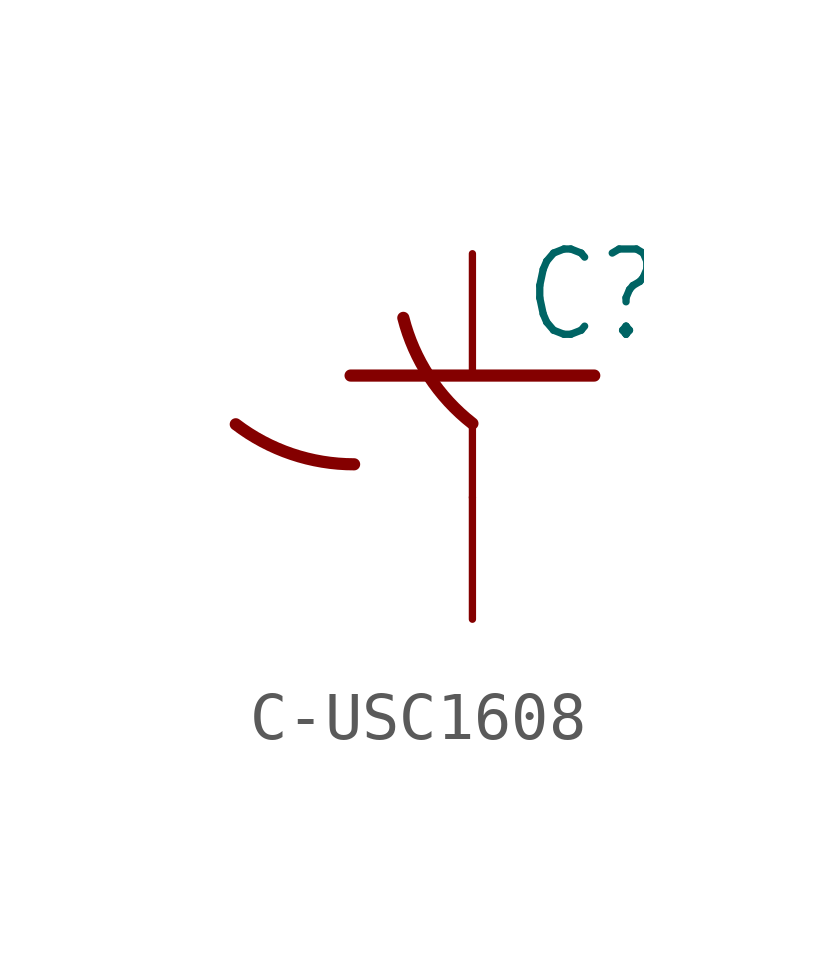
<source format=kicad_sym>
(kicad_symbol_lib
  (version 20241209)
  (generator "kicad_symbol_editor")
  (generator_version "9.0")
  (symbol "C-USC1608"
    (property "Reference" "C"
      (at 1.016 0.635 0)
      (effects (font (size 1.778 1.511)) (justify left bottom)))
    (property "Value" ""
      (at 1.016 -4.191 0)
      (effects (font (size 1.778 1.511)) (justify left bottom)))
    (property "ki_locked" ""
      (at 0 0 0)
      (effects (font (size 1.27 1.27))))
    (symbol "C-USC1608_1_0"
      (polyline (pts (xy -2.54 0) (xy 2.54 0)) (stroke (width 0.254) (type solid)) (fill (type none)))
      (arc (start -2.4668 -1.8504) (mid -3.7688 -1.6361) (end -4.9335 -1.016) (stroke (width 0.254) (type solid)) (fill (type none)))
      (polyline (pts (xy 0 -1.016) (xy 0 -2.54)) (stroke (width 0.152) (type solid)) (fill (type none)))
      (arc (start 0 -1) (mid -0.9038 -0.0189) (end -1.4403 1.2025) (stroke (width 0.254) (type solid)) (fill (type none)))
      (pin passive line (at 0 2.54 270) (length 2.54) (name "1" (effects (font (size 0 0)))) (number "1" (effects (font (size 0 0)))))
      (pin passive line (at 0 -5.08 90) (length 2.54) (name "2" (effects (font (size 0 0)))) (number "2" (effects (font (size 0 0))))))))
</source>
